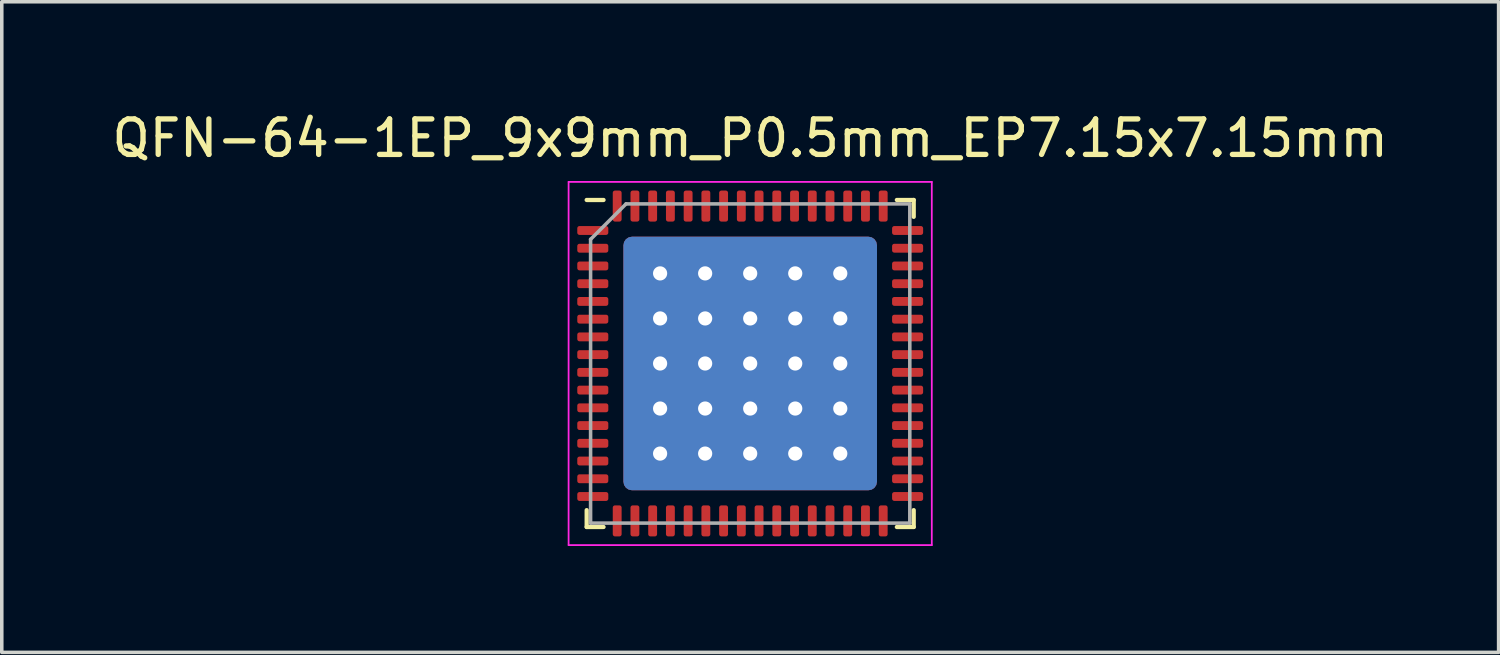
<source format=kicad_pcb>
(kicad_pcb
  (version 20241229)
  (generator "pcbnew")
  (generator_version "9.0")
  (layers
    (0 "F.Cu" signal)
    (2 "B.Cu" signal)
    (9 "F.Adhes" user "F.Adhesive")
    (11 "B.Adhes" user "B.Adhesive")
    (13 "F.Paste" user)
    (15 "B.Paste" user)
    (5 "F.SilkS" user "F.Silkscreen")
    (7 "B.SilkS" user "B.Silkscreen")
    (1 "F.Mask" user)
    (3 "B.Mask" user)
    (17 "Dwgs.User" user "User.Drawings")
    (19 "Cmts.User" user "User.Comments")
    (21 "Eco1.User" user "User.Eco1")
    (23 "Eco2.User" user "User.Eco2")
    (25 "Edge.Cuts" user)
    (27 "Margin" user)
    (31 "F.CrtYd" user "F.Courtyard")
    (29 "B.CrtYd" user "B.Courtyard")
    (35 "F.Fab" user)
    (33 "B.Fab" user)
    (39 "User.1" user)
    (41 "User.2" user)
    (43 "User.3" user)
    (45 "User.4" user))
  (footprint "QFN-64-1EP_9x9mm_P0.5mm_EP7.15x7.15mm"
    (layer "F.Cu")
    (at 18.101 7.198)
    (property "Reference" "QFN-64-1EP_9x9mm_P0.5mm_EP7.15x7.15mm" (at 0 -6.35 0) (layer "F.SilkS") (effects (font (size 1 1) (thickness 0.15))))
    (attr through_hole)
    (fp_line (start -4.61 4.61) (end -4.61 4.135) (stroke (width 0.12) (type solid)) (layer "F.SilkS"))
    (fp_line (start -4.135 -4.61) (end -4.61 -4.61) (stroke (width 0.12) (type solid)) (layer "F.SilkS"))
    (fp_line (start -4.135 4.61) (end -4.61 4.61) (stroke (width 0.12) (type solid)) (layer "F.SilkS"))
    (fp_line (start 4.135 -4.61) (end 4.61 -4.61) (stroke (width 0.12) (type solid)) (layer "F.SilkS"))
    (fp_line (start 4.135 4.61) (end 4.61 4.61) (stroke (width 0.12) (type solid)) (layer "F.SilkS"))
    (fp_line (start 4.61 -4.61) (end 4.61 -4.135) (stroke (width 0.12) (type solid)) (layer "F.SilkS"))
    (fp_line (start 4.61 4.61) (end 4.61 4.135) (stroke (width 0.12) (type solid)) (layer "F.SilkS"))
    (fp_line (start -5.12 -5.12) (end -5.12 5.12) (stroke (width 0.05) (type solid)) (layer "F.CrtYd"))
    (fp_line (start -5.12 5.12) (end 5.12 5.12) (stroke (width 0.05) (type solid)) (layer "F.CrtYd"))
    (fp_line (start 5.12 -5.12) (end -5.12 -5.12) (stroke (width 0.05) (type solid)) (layer "F.CrtYd"))
    (fp_line (start 5.12 5.12) (end 5.12 -5.12) (stroke (width 0.05) (type solid)) (layer "F.CrtYd"))
    (fp_line (start -4.5 -3.5) (end -3.5 -4.5) (stroke (width 0.1) (type solid)) (layer "F.Fab"))
    (fp_line (start -4.5 4.5) (end -4.5 -3.5) (stroke (width 0.1) (type solid)) (layer "F.Fab"))
    (fp_line (start -3.5 -4.5) (end 4.5 -4.5) (stroke (width 0.1) (type solid)) (layer "F.Fab"))
    (fp_line (start 4.5 -4.5) (end 4.5 4.5) (stroke (width 0.1) (type solid)) (layer "F.Fab"))
    (fp_line (start 4.5 4.5) (end -4.5 4.5) (stroke (width 0.1) (type solid)) (layer "F.Fab"))
    (pad "" smd roundrect (at -2.72 -2.72) (size 1.177 1.177) (layers "F.Paste") (roundrect_rratio 0.212))
    (pad "" smd roundrect (at -2.72 -1.36) (size 1.177 1.177) (layers "F.Paste") (roundrect_rratio 0.212))
    (pad "" smd roundrect (at -2.72 0) (size 1.177 1.177) (layers "F.Paste") (roundrect_rratio 0.212))
    (pad "" smd roundrect (at -2.72 1.36) (size 1.177 1.177) (layers "F.Paste") (roundrect_rratio 0.212))
    (pad "" smd roundrect (at -2.72 2.72) (size 1.177 1.177) (layers "F.Paste") (roundrect_rratio 0.212))
    (pad "" smd roundrect (at -1.36 -2.72) (size 1.177 1.177) (layers "F.Paste") (roundrect_rratio 0.212))
    (pad "" smd roundrect (at -1.36 -1.36) (size 1.177 1.177) (layers "F.Paste") (roundrect_rratio 0.212))
    (pad "" smd roundrect (at -1.36 0) (size 1.177 1.177) (layers "F.Paste") (roundrect_rratio 0.212))
    (pad "" smd roundrect (at -1.36 1.36) (size 1.177 1.177) (layers "F.Paste") (roundrect_rratio 0.212))
    (pad "" smd roundrect (at -1.36 2.72) (size 1.177 1.177) (layers "F.Paste") (roundrect_rratio 0.212))
    (pad "" smd roundrect (at 0 -2.72) (size 1.177 1.177) (layers "F.Paste") (roundrect_rratio 0.212))
    (pad "" smd roundrect (at 0 -1.36) (size 1.177 1.177) (layers "F.Paste") (roundrect_rratio 0.212))
    (pad "" smd roundrect (at 0 0) (size 1.177 1.177) (layers "F.Paste") (roundrect_rratio 0.212))
    (pad "" smd roundrect (at 0 1.36) (size 1.177 1.177) (layers "F.Paste") (roundrect_rratio 0.212))
    (pad "" smd roundrect (at 0 2.72) (size 1.177 1.177) (layers "F.Paste") (roundrect_rratio 0.212))
    (pad "" smd roundrect (at 1.36 -2.72) (size 1.177 1.177) (layers "F.Paste") (roundrect_rratio 0.212))
    (pad "" smd roundrect (at 1.36 -1.36) (size 1.177 1.177) (layers "F.Paste") (roundrect_rratio 0.212))
    (pad "" smd roundrect (at 1.36 0) (size 1.177 1.177) (layers "F.Paste") (roundrect_rratio 0.212))
    (pad "" smd roundrect (at 1.36 1.36) (size 1.177 1.177) (layers "F.Paste") (roundrect_rratio 0.212))
    (pad "" smd roundrect (at 1.36 2.72) (size 1.177 1.177) (layers "F.Paste") (roundrect_rratio 0.212))
    (pad "" smd roundrect (at 2.72 -2.72) (size 1.177 1.177) (layers "F.Paste") (roundrect_rratio 0.212))
    (pad "" smd roundrect (at 2.72 -1.36) (size 1.177 1.177) (layers "F.Paste") (roundrect_rratio 0.212))
    (pad "" smd roundrect (at 2.72 0) (size 1.177 1.177) (layers "F.Paste") (roundrect_rratio 0.212))
    (pad "" smd roundrect (at 2.72 1.36) (size 1.177 1.177) (layers "F.Paste") (roundrect_rratio 0.212))
    (pad "" smd roundrect (at 2.72 2.72) (size 1.177 1.177) (layers "F.Paste") (roundrect_rratio 0.212))
    (pad "1" smd roundrect (at -4.438 -3.75) (size 0.875 0.25) (layers "F.Cu" "F.Mask" "F.Paste") (roundrect_rratio 0.25))
    (pad "2" smd roundrect (at -4.438 -3.25) (size 0.875 0.25) (layers "F.Cu" "F.Mask" "F.Paste") (roundrect_rratio 0.25))
    (pad "3" smd roundrect (at -4.438 -2.75) (size 0.875 0.25) (layers "F.Cu" "F.Mask" "F.Paste") (roundrect_rratio 0.25))
    (pad "4" smd roundrect (at -4.438 -2.25) (size 0.875 0.25) (layers "F.Cu" "F.Mask" "F.Paste") (roundrect_rratio 0.25))
    (pad "5" smd roundrect (at -4.438 -1.75) (size 0.875 0.25) (layers "F.Cu" "F.Mask" "F.Paste") (roundrect_rratio 0.25))
    (pad "6" smd roundrect (at -4.438 -1.25) (size 0.875 0.25) (layers "F.Cu" "F.Mask" "F.Paste") (roundrect_rratio 0.25))
    (pad "7" smd roundrect (at -4.438 -0.75) (size 0.875 0.25) (layers "F.Cu" "F.Mask" "F.Paste") (roundrect_rratio 0.25))
    (pad "8" smd roundrect (at -4.438 -0.25) (size 0.875 0.25) (layers "F.Cu" "F.Mask" "F.Paste") (roundrect_rratio 0.25))
    (pad "9" smd roundrect (at -4.438 0.25) (size 0.875 0.25) (layers "F.Cu" "F.Mask" "F.Paste") (roundrect_rratio 0.25))
    (pad "10" smd roundrect (at -4.438 0.75) (size 0.875 0.25) (layers "F.Cu" "F.Mask" "F.Paste") (roundrect_rratio 0.25))
    (pad "11" smd roundrect (at -4.438 1.25) (size 0.875 0.25) (layers "F.Cu" "F.Mask" "F.Paste") (roundrect_rratio 0.25))
    (pad "12" smd roundrect (at -4.438 1.75) (size 0.875 0.25) (layers "F.Cu" "F.Mask" "F.Paste") (roundrect_rratio 0.25))
    (pad "13" smd roundrect (at -4.438 2.25) (size 0.875 0.25) (layers "F.Cu" "F.Mask" "F.Paste") (roundrect_rratio 0.25))
    (pad "14" smd roundrect (at -4.438 2.75) (size 0.875 0.25) (layers "F.Cu" "F.Mask" "F.Paste") (roundrect_rratio 0.25))
    (pad "15" smd roundrect (at -4.438 3.25) (size 0.875 0.25) (layers "F.Cu" "F.Mask" "F.Paste") (roundrect_rratio 0.25))
    (pad "16" smd roundrect (at -4.438 3.75) (size 0.875 0.25) (layers "F.Cu" "F.Mask" "F.Paste") (roundrect_rratio 0.25))
    (pad "17" smd roundrect (at -3.75 4.438) (size 0.25 0.875) (layers "F.Cu" "F.Mask" "F.Paste") (roundrect_rratio 0.25))
    (pad "18" smd roundrect (at -3.25 4.438) (size 0.25 0.875) (layers "F.Cu" "F.Mask" "F.Paste") (roundrect_rratio 0.25))
    (pad "19" smd roundrect (at -2.75 4.438) (size 0.25 0.875) (layers "F.Cu" "F.Mask" "F.Paste") (roundrect_rratio 0.25))
    (pad "20" smd roundrect (at -2.25 4.438) (size 0.25 0.875) (layers "F.Cu" "F.Mask" "F.Paste") (roundrect_rratio 0.25))
    (pad "21" smd roundrect (at -1.75 4.438) (size 0.25 0.875) (layers "F.Cu" "F.Mask" "F.Paste") (roundrect_rratio 0.25))
    (pad "22" smd roundrect (at -1.25 4.438) (size 0.25 0.875) (layers "F.Cu" "F.Mask" "F.Paste") (roundrect_rratio 0.25))
    (pad "23" smd roundrect (at -0.75 4.438) (size 0.25 0.875) (layers "F.Cu" "F.Mask" "F.Paste") (roundrect_rratio 0.25))
    (pad "24" smd roundrect (at -0.25 4.438) (size 0.25 0.875) (layers "F.Cu" "F.Mask" "F.Paste") (roundrect_rratio 0.25))
    (pad "25" smd roundrect (at 0.25 4.438) (size 0.25 0.875) (layers "F.Cu" "F.Mask" "F.Paste") (roundrect_rratio 0.25))
    (pad "26" smd roundrect (at 0.75 4.438) (size 0.25 0.875) (layers "F.Cu" "F.Mask" "F.Paste") (roundrect_rratio 0.25))
    (pad "27" smd roundrect (at 1.25 4.438) (size 0.25 0.875) (layers "F.Cu" "F.Mask" "F.Paste") (roundrect_rratio 0.25))
    (pad "28" smd roundrect (at 1.75 4.438) (size 0.25 0.875) (layers "F.Cu" "F.Mask" "F.Paste") (roundrect_rratio 0.25))
    (pad "29" smd roundrect (at 2.25 4.438) (size 0.25 0.875) (layers "F.Cu" "F.Mask" "F.Paste") (roundrect_rratio 0.25))
    (pad "30" smd roundrect (at 2.75 4.438) (size 0.25 0.875) (layers "F.Cu" "F.Mask" "F.Paste") (roundrect_rratio 0.25))
    (pad "31" smd roundrect (at 3.25 4.438) (size 0.25 0.875) (layers "F.Cu" "F.Mask" "F.Paste") (roundrect_rratio 0.25))
    (pad "32" smd roundrect (at 3.75 4.438) (size 0.25 0.875) (layers "F.Cu" "F.Mask" "F.Paste") (roundrect_rratio 0.25))
    (pad "33" smd roundrect (at 4.438 3.75) (size 0.875 0.25) (layers "F.Cu" "F.Mask" "F.Paste") (roundrect_rratio 0.25))
    (pad "34" smd roundrect (at 4.438 3.25) (size 0.875 0.25) (layers "F.Cu" "F.Mask" "F.Paste") (roundrect_rratio 0.25))
    (pad "35" smd roundrect (at 4.438 2.75) (size 0.875 0.25) (layers "F.Cu" "F.Mask" "F.Paste") (roundrect_rratio 0.25))
    (pad "36" smd roundrect (at 4.438 2.25) (size 0.875 0.25) (layers "F.Cu" "F.Mask" "F.Paste") (roundrect_rratio 0.25))
    (pad "37" smd roundrect (at 4.438 1.75) (size 0.875 0.25) (layers "F.Cu" "F.Mask" "F.Paste") (roundrect_rratio 0.25))
    (pad "38" smd roundrect (at 4.438 1.25) (size 0.875 0.25) (layers "F.Cu" "F.Mask" "F.Paste") (roundrect_rratio 0.25))
    (pad "39" smd roundrect (at 4.438 0.75) (size 0.875 0.25) (layers "F.Cu" "F.Mask" "F.Paste") (roundrect_rratio 0.25))
    (pad "40" smd roundrect (at 4.438 0.25) (size 0.875 0.25) (layers "F.Cu" "F.Mask" "F.Paste") (roundrect_rratio 0.25))
    (pad "41" smd roundrect (at 4.438 -0.25) (size 0.875 0.25) (layers "F.Cu" "F.Mask" "F.Paste") (roundrect_rratio 0.25))
    (pad "42" smd roundrect (at 4.438 -0.75) (size 0.875 0.25) (layers "F.Cu" "F.Mask" "F.Paste") (roundrect_rratio 0.25))
    (pad "43" smd roundrect (at 4.438 -1.25) (size 0.875 0.25) (layers "F.Cu" "F.Mask" "F.Paste") (roundrect_rratio 0.25))
    (pad "44" smd roundrect (at 4.438 -1.75) (size 0.875 0.25) (layers "F.Cu" "F.Mask" "F.Paste") (roundrect_rratio 0.25))
    (pad "45" smd roundrect (at 4.438 -2.25) (size 0.875 0.25) (layers "F.Cu" "F.Mask" "F.Paste") (roundrect_rratio 0.25))
    (pad "46" smd roundrect (at 4.438 -2.75) (size 0.875 0.25) (layers "F.Cu" "F.Mask" "F.Paste") (roundrect_rratio 0.25))
    (pad "47" smd roundrect (at 4.438 -3.25) (size 0.875 0.25) (layers "F.Cu" "F.Mask" "F.Paste") (roundrect_rratio 0.25))
    (pad "48" smd roundrect (at 4.438 -3.75) (size 0.875 0.25) (layers "F.Cu" "F.Mask" "F.Paste") (roundrect_rratio 0.25))
    (pad "49" smd roundrect (at 3.75 -4.438) (size 0.25 0.875) (layers "F.Cu" "F.Mask" "F.Paste") (roundrect_rratio 0.25))
    (pad "50" smd roundrect (at 3.25 -4.438) (size 0.25 0.875) (layers "F.Cu" "F.Mask" "F.Paste") (roundrect_rratio 0.25))
    (pad "51" smd roundrect (at 2.75 -4.438) (size 0.25 0.875) (layers "F.Cu" "F.Mask" "F.Paste") (roundrect_rratio 0.25))
    (pad "52" smd roundrect (at 2.25 -4.438) (size 0.25 0.875) (layers "F.Cu" "F.Mask" "F.Paste") (roundrect_rratio 0.25))
    (pad "53" smd roundrect (at 1.75 -4.438) (size 0.25 0.875) (layers "F.Cu" "F.Mask" "F.Paste") (roundrect_rratio 0.25))
    (pad "54" smd roundrect (at 1.25 -4.438) (size 0.25 0.875) (layers "F.Cu" "F.Mask" "F.Paste") (roundrect_rratio 0.25))
    (pad "55" smd roundrect (at 0.75 -4.438) (size 0.25 0.875) (layers "F.Cu" "F.Mask" "F.Paste") (roundrect_rratio 0.25))
    (pad "56" smd roundrect (at 0.25 -4.438) (size 0.25 0.875) (layers "F.Cu" "F.Mask" "F.Paste") (roundrect_rratio 0.25))
    (pad "57" smd roundrect (at -0.25 -4.438) (size 0.25 0.875) (layers "F.Cu" "F.Mask" "F.Paste") (roundrect_rratio 0.25))
    (pad "58" smd roundrect (at -0.75 -4.438) (size 0.25 0.875) (layers "F.Cu" "F.Mask" "F.Paste") (roundrect_rratio 0.25))
    (pad "59" smd roundrect (at -1.25 -4.438) (size 0.25 0.875) (layers "F.Cu" "F.Mask" "F.Paste") (roundrect_rratio 0.25))
    (pad "60" smd roundrect (at -1.75 -4.438) (size 0.25 0.875) (layers "F.Cu" "F.Mask" "F.Paste") (roundrect_rratio 0.25))
    (pad "61" smd roundrect (at -2.25 -4.438) (size 0.25 0.875) (layers "F.Cu" "F.Mask" "F.Paste") (roundrect_rratio 0.25))
    (pad "62" smd roundrect (at -2.75 -4.438) (size 0.25 0.875) (layers "F.Cu" "F.Mask" "F.Paste") (roundrect_rratio 0.25))
    (pad "63" smd roundrect (at -3.25 -4.438) (size 0.25 0.875) (layers "F.Cu" "F.Mask" "F.Paste") (roundrect_rratio 0.25))
    (pad "64" smd roundrect (at -3.75 -4.438) (size 0.25 0.875) (layers "F.Cu" "F.Mask" "F.Paste") (roundrect_rratio 0.25))
    (pad "65" thru_hole circle (at -2.54 -2.54) (size 0.6 0.6) (drill 0.4) (layers "*.Cu" "F.Mask"))
    (pad "65" thru_hole circle (at -2.54 -1.27) (size 0.6 0.6) (drill 0.4) (layers "*.Cu" "F.Mask"))
    (pad "65" thru_hole circle (at -2.54 0) (size 0.6 0.6) (drill 0.4) (layers "*.Cu" "F.Mask"))
    (pad "65" thru_hole circle (at -2.54 1.27) (size 0.6 0.6) (drill 0.4) (layers "*.Cu" "F.Mask"))
    (pad "65" thru_hole circle (at -2.54 2.54) (size 0.6 0.6) (drill 0.4) (layers "*.Cu" "F.Mask"))
    (pad "65" thru_hole circle (at -1.27 -2.54) (size 0.6 0.6) (drill 0.4) (layers "*.Cu" "F.Mask"))
    (pad "65" thru_hole circle (at -1.27 -1.27) (size 0.6 0.6) (drill 0.4) (layers "*.Cu" "F.Mask"))
    (pad "65" thru_hole circle (at -1.27 0) (size 0.6 0.6) (drill 0.4) (layers "*.Cu" "F.Mask"))
    (pad "65" thru_hole circle (at -1.27 1.27) (size 0.6 0.6) (drill 0.4) (layers "*.Cu" "F.Mask"))
    (pad "65" thru_hole circle (at -1.27 2.54) (size 0.6 0.6) (drill 0.4) (layers "*.Cu" "F.Mask"))
    (pad "65" thru_hole circle (at 0 -2.54) (size 0.6 0.6) (drill 0.4) (layers "*.Cu" "F.Mask"))
    (pad "65" thru_hole circle (at 0 -1.27) (size 0.6 0.6) (drill 0.4) (layers "*.Cu" "F.Mask"))
    (pad "65" thru_hole circle (at 0 0) (size 0.6 0.6) (drill 0.4) (layers "*.Cu" "F.Mask"))
    (pad "65" smd roundrect (at 0 0) (size 7.15 7.15) (layers "F.Cu" "F.Mask") (roundrect_rratio 0.034))
    (pad "65" smd roundrect (at 0 0) (size 7.15 7.15) (layers "B.Cu") (roundrect_rratio 0.034))
    (pad "65" thru_hole circle (at 0 1.27) (size 0.6 0.6) (drill 0.4) (layers "*.Cu" "F.Mask"))
    (pad "65" thru_hole circle (at 0 2.54) (size 0.6 0.6) (drill 0.4) (layers "*.Cu" "F.Mask"))
    (pad "65" thru_hole circle (at 1.27 -2.54) (size 0.6 0.6) (drill 0.4) (layers "*.Cu" "F.Mask"))
    (pad "65" thru_hole circle (at 1.27 -1.27) (size 0.6 0.6) (drill 0.4) (layers "*.Cu" "F.Mask"))
    (pad "65" thru_hole circle (at 1.27 0) (size 0.6 0.6) (drill 0.4) (layers "*.Cu" "F.Mask"))
    (pad "65" thru_hole circle (at 1.27 1.27) (size 0.6 0.6) (drill 0.4) (layers "*.Cu" "F.Mask"))
    (pad "65" thru_hole circle (at 1.27 2.54) (size 0.6 0.6) (drill 0.4) (layers "*.Cu" "F.Mask"))
    (pad "65" thru_hole circle (at 2.54 -2.54) (size 0.6 0.6) (drill 0.4) (layers "*.Cu" "F.Mask"))
    (pad "65" thru_hole circle (at 2.54 -1.27) (size 0.6 0.6) (drill 0.4) (layers "*.Cu" "F.Mask"))
    (pad "65" thru_hole circle (at 2.54 0) (size 0.6 0.6) (drill 0.4) (layers "*.Cu" "F.Mask"))
    (pad "65" thru_hole circle (at 2.54 1.27) (size 0.6 0.6) (drill 0.4) (layers "*.Cu" "F.Mask"))
    (pad "65" thru_hole circle (at 2.54 2.54) (size 0.6 0.6) (drill 0.4) (layers "*.Cu" "F.Mask")))
  (gr_rect
    (start -3 -3)
    (end 39.202 15.343)
    (stroke (width 0.1) (type default))
    (fill no)
    (layer "Edge.Cuts")))
</source>
